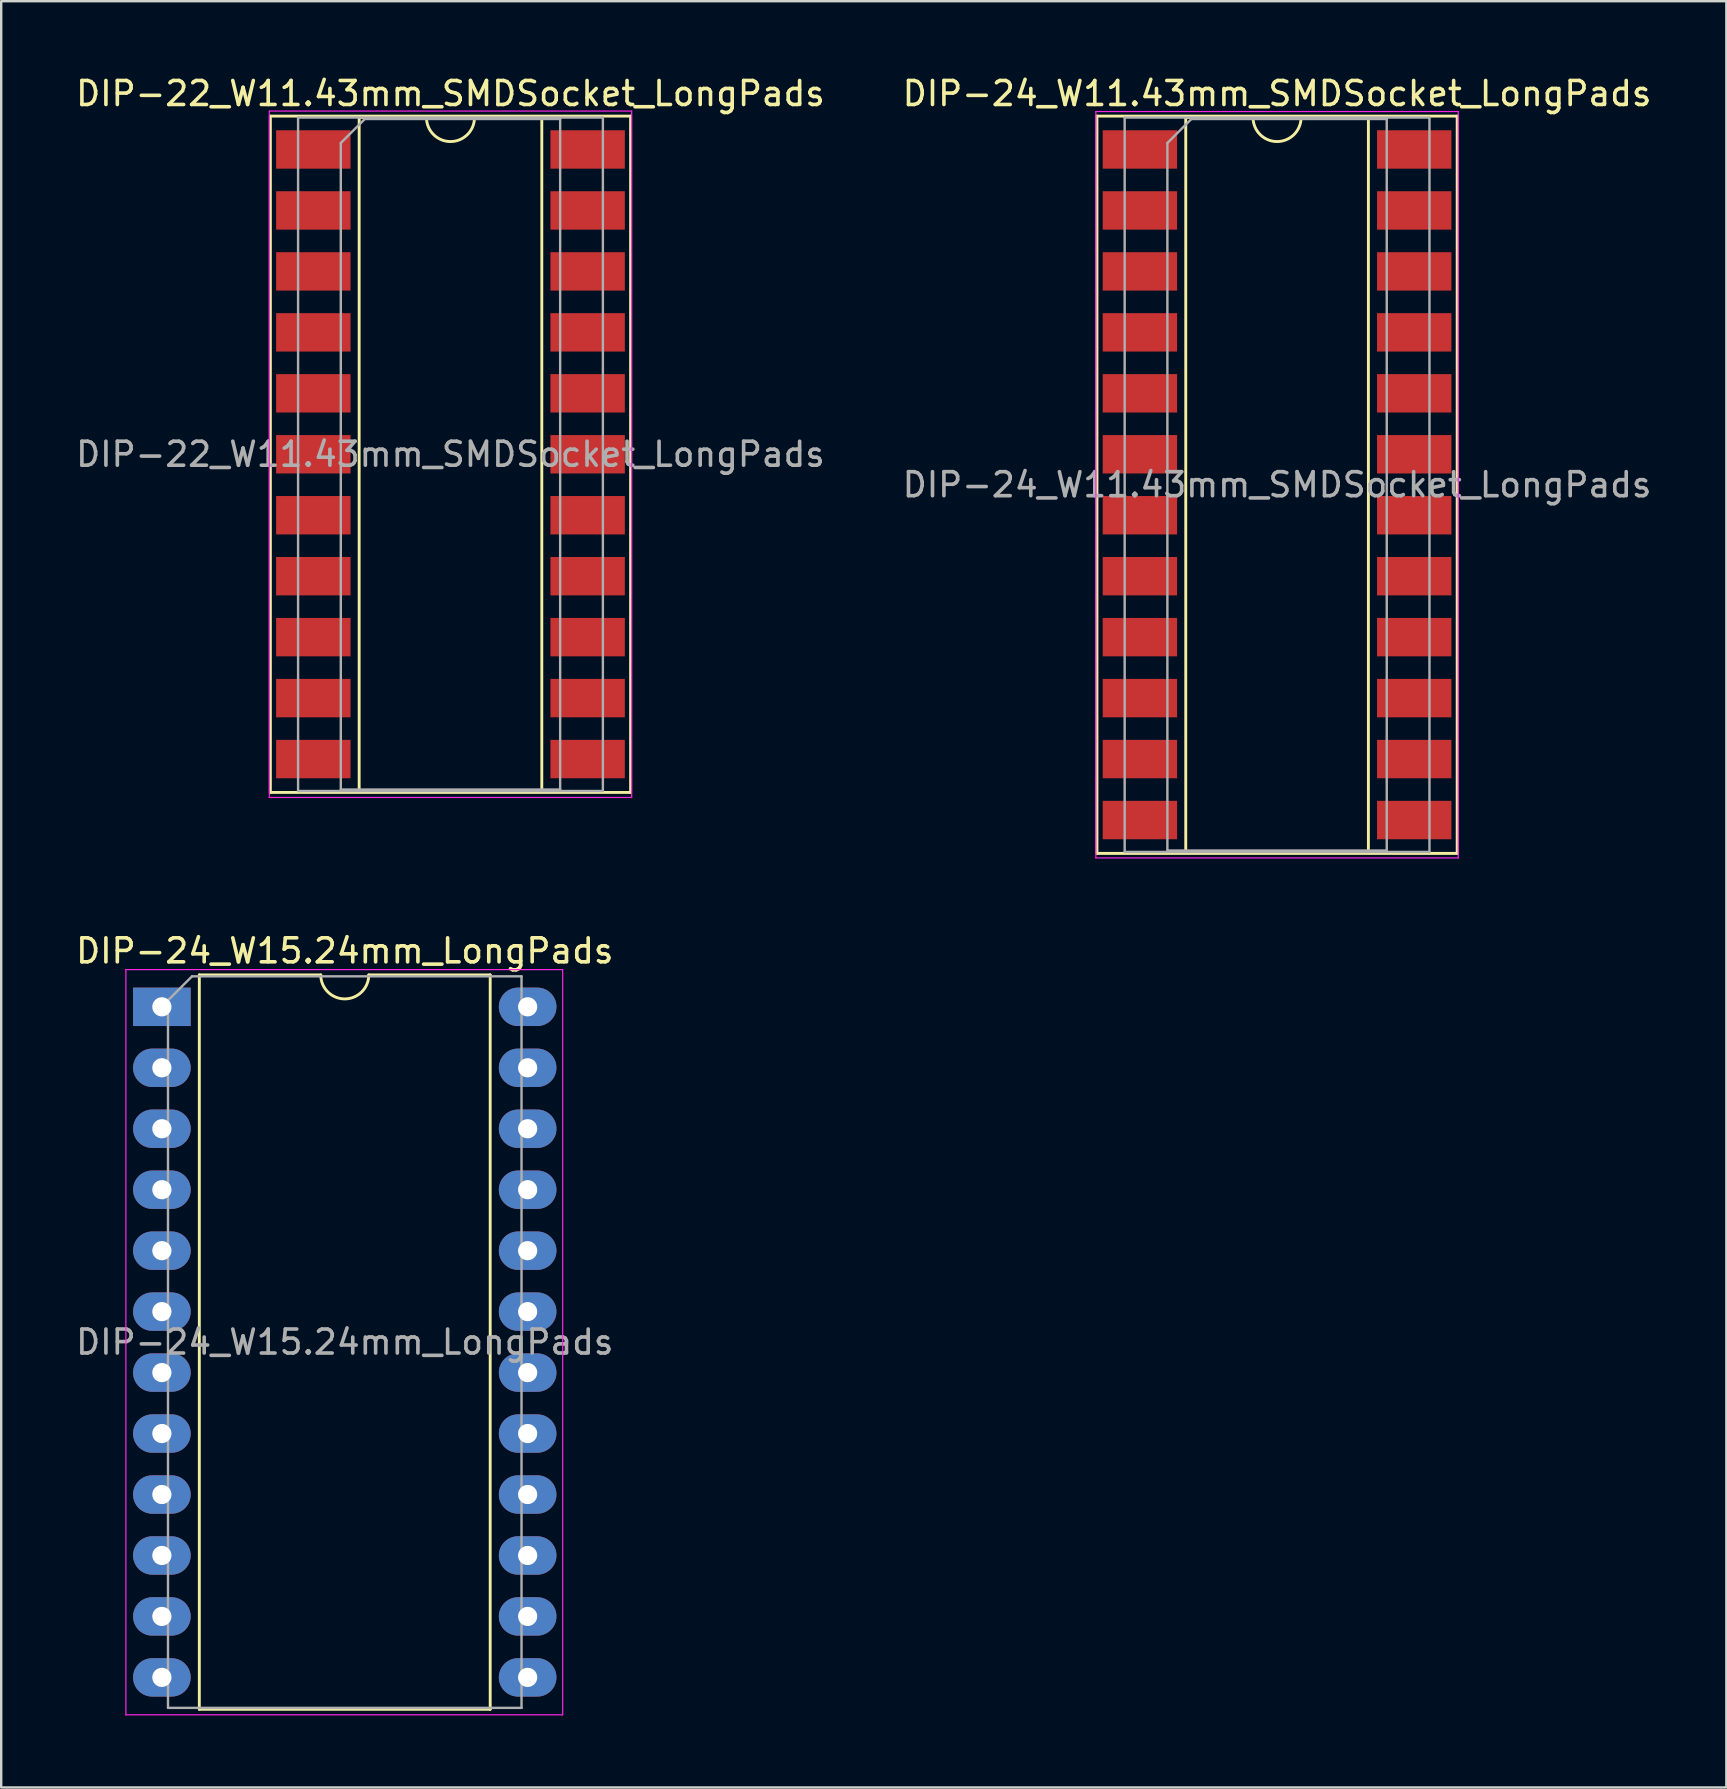
<source format=kicad_pcb>
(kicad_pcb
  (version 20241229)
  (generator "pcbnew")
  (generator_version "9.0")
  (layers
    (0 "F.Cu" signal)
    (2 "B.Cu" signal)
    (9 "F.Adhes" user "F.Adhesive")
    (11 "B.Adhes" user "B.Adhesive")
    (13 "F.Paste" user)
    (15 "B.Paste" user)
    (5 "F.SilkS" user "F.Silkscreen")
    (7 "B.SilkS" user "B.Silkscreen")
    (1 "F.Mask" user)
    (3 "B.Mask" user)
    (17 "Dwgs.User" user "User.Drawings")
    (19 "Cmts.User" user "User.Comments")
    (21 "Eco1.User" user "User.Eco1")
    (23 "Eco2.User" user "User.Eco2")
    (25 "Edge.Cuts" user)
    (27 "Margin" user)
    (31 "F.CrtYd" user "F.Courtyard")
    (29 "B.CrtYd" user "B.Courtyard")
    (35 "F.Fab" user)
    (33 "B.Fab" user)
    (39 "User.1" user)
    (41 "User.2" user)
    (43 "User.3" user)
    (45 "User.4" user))
  (footprint "DIP-24_W15.24mm_LongPads"
    (layer "F.Cu")
    (at 3.695 38.901)
    (property "Reference" "DIP-24_W15.24mm_LongPads" (at 7.62 -2.33 0) (layer "F.SilkS") (effects (font (size 1 1) (thickness 0.15))))
    (attr through_hole)
    (fp_line (start 1.56 -1.33) (end 1.56 29.27) (stroke (width 0.12) (type solid)) (layer "F.SilkS"))
    (fp_line (start 1.56 29.27) (end 13.68 29.27) (stroke (width 0.12) (type solid)) (layer "F.SilkS"))
    (fp_line (start 6.62 -1.33) (end 1.56 -1.33) (stroke (width 0.12) (type solid)) (layer "F.SilkS"))
    (fp_line (start 13.68 -1.33) (end 8.62 -1.33) (stroke (width 0.12) (type solid)) (layer "F.SilkS"))
    (fp_line (start 13.68 29.27) (end 13.68 -1.33) (stroke (width 0.12) (type solid)) (layer "F.SilkS"))
    (fp_arc (start 8.62 -1.33) (mid 7.62 -0.33) (end 6.62 -1.33) (stroke (width 0.12) (type solid)) (layer "F.SilkS"))
    (fp_line (start -1.5 -1.55) (end -1.5 29.5) (stroke (width 0.05) (type solid)) (layer "F.CrtYd"))
    (fp_line (start -1.5 29.5) (end 16.7 29.5) (stroke (width 0.05) (type solid)) (layer "F.CrtYd"))
    (fp_line (start 16.7 -1.55) (end -1.5 -1.55) (stroke (width 0.05) (type solid)) (layer "F.CrtYd"))
    (fp_line (start 16.7 29.5) (end 16.7 -1.55) (stroke (width 0.05) (type solid)) (layer "F.CrtYd"))
    (fp_line (start 0.255 -0.27) (end 1.255 -1.27) (stroke (width 0.1) (type solid)) (layer "F.Fab"))
    (fp_line (start 0.255 29.21) (end 0.255 -0.27) (stroke (width 0.1) (type solid)) (layer "F.Fab"))
    (fp_line (start 1.255 -1.27) (end 14.985 -1.27) (stroke (width 0.1) (type solid)) (layer "F.Fab"))
    (fp_line (start 14.985 -1.27) (end 14.985 29.21) (stroke (width 0.1) (type solid)) (layer "F.Fab"))
    (fp_line (start 14.985 29.21) (end 0.255 29.21) (stroke (width 0.1) (type solid)) (layer "F.Fab"))
    (fp_text user "${REFERENCE}" (at 7.62 13.97 0) (layer "F.Fab") (effects (font (size 1 1) (thickness 0.15))))
    (pad "1" thru_hole rect (at 0 0) (size 2.4 1.6) (drill 0.8) (layers "*.Cu" "*.Mask"))
    (pad "2" thru_hole oval (at 0 2.54) (size 2.4 1.6) (drill 0.8) (layers "*.Cu" "*.Mask"))
    (pad "3" thru_hole oval (at 0 5.08) (size 2.4 1.6) (drill 0.8) (layers "*.Cu" "*.Mask"))
    (pad "4" thru_hole oval (at 0 7.62) (size 2.4 1.6) (drill 0.8) (layers "*.Cu" "*.Mask"))
    (pad "5" thru_hole oval (at 0 10.16) (size 2.4 1.6) (drill 0.8) (layers "*.Cu" "*.Mask"))
    (pad "6" thru_hole oval (at 0 12.7) (size 2.4 1.6) (drill 0.8) (layers "*.Cu" "*.Mask"))
    (pad "7" thru_hole oval (at 0 15.24) (size 2.4 1.6) (drill 0.8) (layers "*.Cu" "*.Mask"))
    (pad "8" thru_hole oval (at 0 17.78) (size 2.4 1.6) (drill 0.8) (layers "*.Cu" "*.Mask"))
    (pad "9" thru_hole oval (at 0 20.32) (size 2.4 1.6) (drill 0.8) (layers "*.Cu" "*.Mask"))
    (pad "10" thru_hole oval (at 0 22.86) (size 2.4 1.6) (drill 0.8) (layers "*.Cu" "*.Mask"))
    (pad "11" thru_hole oval (at 0 25.4) (size 2.4 1.6) (drill 0.8) (layers "*.Cu" "*.Mask"))
    (pad "12" thru_hole oval (at 0 27.94) (size 2.4 1.6) (drill 0.8) (layers "*.Cu" "*.Mask"))
    (pad "13" thru_hole oval (at 15.24 27.94) (size 2.4 1.6) (drill 0.8) (layers "*.Cu" "*.Mask"))
    (pad "14" thru_hole oval (at 15.24 25.4) (size 2.4 1.6) (drill 0.8) (layers "*.Cu" "*.Mask"))
    (pad "15" thru_hole oval (at 15.24 22.86) (size 2.4 1.6) (drill 0.8) (layers "*.Cu" "*.Mask"))
    (pad "16" thru_hole oval (at 15.24 20.32) (size 2.4 1.6) (drill 0.8) (layers "*.Cu" "*.Mask"))
    (pad "17" thru_hole oval (at 15.24 17.78) (size 2.4 1.6) (drill 0.8) (layers "*.Cu" "*.Mask"))
    (pad "18" thru_hole oval (at 15.24 15.24) (size 2.4 1.6) (drill 0.8) (layers "*.Cu" "*.Mask"))
    (pad "19" thru_hole oval (at 15.24 12.7) (size 2.4 1.6) (drill 0.8) (layers "*.Cu" "*.Mask"))
    (pad "20" thru_hole oval (at 15.24 10.16) (size 2.4 1.6) (drill 0.8) (layers "*.Cu" "*.Mask"))
    (pad "21" thru_hole oval (at 15.24 7.62) (size 2.4 1.6) (drill 0.8) (layers "*.Cu" "*.Mask"))
    (pad "22" thru_hole oval (at 15.24 5.08) (size 2.4 1.6) (drill 0.8) (layers "*.Cu" "*.Mask"))
    (pad "23" thru_hole oval (at 15.24 2.54) (size 2.4 1.6) (drill 0.8) (layers "*.Cu" "*.Mask"))
    (pad "24" thru_hole oval (at 15.24 0) (size 2.4 1.6) (drill 0.8) (layers "*.Cu" "*.Mask")))
  (footprint "DIP-22_W11.43mm_SMDSocket_LongPads"
    (layer "F.Cu")
    (at 15.72 15.878)
    (property "Reference" "DIP-22_W11.43mm_SMDSocket_LongPads" (at 0 -15.03 0) (layer "F.SilkS") (effects (font (size 1 1) (thickness 0.15))))
    (attr smd)
    (fp_line (start -7.505 -14.09) (end -7.505 14.09) (stroke (width 0.12) (type solid)) (layer "F.SilkS"))
    (fp_line (start -7.505 14.09) (end 7.505 14.09) (stroke (width 0.12) (type solid)) (layer "F.SilkS"))
    (fp_line (start -3.805 -14.03) (end -3.805 14.03) (stroke (width 0.12) (type solid)) (layer "F.SilkS"))
    (fp_line (start -3.805 14.03) (end 3.805 14.03) (stroke (width 0.12) (type solid)) (layer "F.SilkS"))
    (fp_line (start -1 -14.03) (end -3.805 -14.03) (stroke (width 0.12) (type solid)) (layer "F.SilkS"))
    (fp_line (start 3.805 -14.03) (end 1 -14.03) (stroke (width 0.12) (type solid)) (layer "F.SilkS"))
    (fp_line (start 3.805 14.03) (end 3.805 -14.03) (stroke (width 0.12) (type solid)) (layer "F.SilkS"))
    (fp_line (start 7.505 -14.09) (end -7.505 -14.09) (stroke (width 0.12) (type solid)) (layer "F.SilkS"))
    (fp_line (start 7.505 14.09) (end 7.505 -14.09) (stroke (width 0.12) (type solid)) (layer "F.SilkS"))
    (fp_arc (start 1 -14.03) (mid 0 -13.03) (end -1 -14.03) (stroke (width 0.12) (type solid)) (layer "F.SilkS"))
    (fp_line (start -7.55 -14.3) (end -7.55 14.3) (stroke (width 0.05) (type solid)) (layer "F.CrtYd"))
    (fp_line (start -7.55 14.3) (end 7.55 14.3) (stroke (width 0.05) (type solid)) (layer "F.CrtYd"))
    (fp_line (start 7.55 -14.3) (end -7.55 -14.3) (stroke (width 0.05) (type solid)) (layer "F.CrtYd"))
    (fp_line (start 7.55 14.3) (end 7.55 -14.3) (stroke (width 0.05) (type solid)) (layer "F.CrtYd"))
    (fp_line (start -6.35 -14.03) (end -6.35 14.03) (stroke (width 0.1) (type solid)) (layer "F.Fab"))
    (fp_line (start -6.35 14.03) (end 6.35 14.03) (stroke (width 0.1) (type solid)) (layer "F.Fab"))
    (fp_line (start -4.57 -12.97) (end -3.57 -13.97) (stroke (width 0.1) (type solid)) (layer "F.Fab"))
    (fp_line (start -4.57 13.97) (end -4.57 -12.97) (stroke (width 0.1) (type solid)) (layer "F.Fab"))
    (fp_line (start -3.57 -13.97) (end 4.57 -13.97) (stroke (width 0.1) (type solid)) (layer "F.Fab"))
    (fp_line (start 4.57 -13.97) (end 4.57 13.97) (stroke (width 0.1) (type solid)) (layer "F.Fab"))
    (fp_line (start 4.57 13.97) (end -4.57 13.97) (stroke (width 0.1) (type solid)) (layer "F.Fab"))
    (fp_line (start 6.35 -14.03) (end -6.35 -14.03) (stroke (width 0.1) (type solid)) (layer "F.Fab"))
    (fp_line (start 6.35 14.03) (end 6.35 -14.03) (stroke (width 0.1) (type solid)) (layer "F.Fab"))
    (fp_text user "${REFERENCE}" (at 0 0 0) (layer "F.Fab") (effects (font (size 1 1) (thickness 0.15))))
    (pad "1" smd rect (at -5.715 -12.7) (size 3.1 1.6) (layers "F.Cu" "F.Mask" "F.Paste"))
    (pad "2" smd rect (at -5.715 -10.16) (size 3.1 1.6) (layers "F.Cu" "F.Mask" "F.Paste"))
    (pad "3" smd rect (at -5.715 -7.62) (size 3.1 1.6) (layers "F.Cu" "F.Mask" "F.Paste"))
    (pad "4" smd rect (at -5.715 -5.08) (size 3.1 1.6) (layers "F.Cu" "F.Mask" "F.Paste"))
    (pad "5" smd rect (at -5.715 -2.54) (size 3.1 1.6) (layers "F.Cu" "F.Mask" "F.Paste"))
    (pad "6" smd rect (at -5.715 0) (size 3.1 1.6) (layers "F.Cu" "F.Mask" "F.Paste"))
    (pad "7" smd rect (at -5.715 2.54) (size 3.1 1.6) (layers "F.Cu" "F.Mask" "F.Paste"))
    (pad "8" smd rect (at -5.715 5.08) (size 3.1 1.6) (layers "F.Cu" "F.Mask" "F.Paste"))
    (pad "9" smd rect (at -5.715 7.62) (size 3.1 1.6) (layers "F.Cu" "F.Mask" "F.Paste"))
    (pad "10" smd rect (at -5.715 10.16) (size 3.1 1.6) (layers "F.Cu" "F.Mask" "F.Paste"))
    (pad "11" smd rect (at -5.715 12.7) (size 3.1 1.6) (layers "F.Cu" "F.Mask" "F.Paste"))
    (pad "12" smd rect (at 5.715 12.7) (size 3.1 1.6) (layers "F.Cu" "F.Mask" "F.Paste"))
    (pad "13" smd rect (at 5.715 10.16) (size 3.1 1.6) (layers "F.Cu" "F.Mask" "F.Paste"))
    (pad "14" smd rect (at 5.715 7.62) (size 3.1 1.6) (layers "F.Cu" "F.Mask" "F.Paste"))
    (pad "15" smd rect (at 5.715 5.08) (size 3.1 1.6) (layers "F.Cu" "F.Mask" "F.Paste"))
    (pad "16" smd rect (at 5.715 2.54) (size 3.1 1.6) (layers "F.Cu" "F.Mask" "F.Paste"))
    (pad "17" smd rect (at 5.715 0) (size 3.1 1.6) (layers "F.Cu" "F.Mask" "F.Paste"))
    (pad "18" smd rect (at 5.715 -2.54) (size 3.1 1.6) (layers "F.Cu" "F.Mask" "F.Paste"))
    (pad "19" smd rect (at 5.715 -5.08) (size 3.1 1.6) (layers "F.Cu" "F.Mask" "F.Paste"))
    (pad "20" smd rect (at 5.715 -7.62) (size 3.1 1.6) (layers "F.Cu" "F.Mask" "F.Paste"))
    (pad "21" smd rect (at 5.715 -10.16) (size 3.1 1.6) (layers "F.Cu" "F.Mask" "F.Paste"))
    (pad "22" smd rect (at 5.715 -12.7) (size 3.1 1.6) (layers "F.Cu" "F.Mask" "F.Paste")))
  (footprint "DIP-24_W11.43mm_SMDSocket_LongPads"
    (layer "F.Cu")
    (at 50.161 17.148)
    (property "Reference" "DIP-24_W11.43mm_SMDSocket_LongPads" (at 0 -16.3 0) (layer "F.SilkS") (effects (font (size 1 1) (thickness 0.15))))
    (attr smd)
    (fp_line (start -7.505 -15.36) (end -7.505 15.36) (stroke (width 0.12) (type solid)) (layer "F.SilkS"))
    (fp_line (start -7.505 15.36) (end 7.505 15.36) (stroke (width 0.12) (type solid)) (layer "F.SilkS"))
    (fp_line (start -3.805 -15.3) (end -3.805 15.3) (stroke (width 0.12) (type solid)) (layer "F.SilkS"))
    (fp_line (start -3.805 15.3) (end 3.805 15.3) (stroke (width 0.12) (type solid)) (layer "F.SilkS"))
    (fp_line (start -1 -15.3) (end -3.805 -15.3) (stroke (width 0.12) (type solid)) (layer "F.SilkS"))
    (fp_line (start 3.805 -15.3) (end 1 -15.3) (stroke (width 0.12) (type solid)) (layer "F.SilkS"))
    (fp_line (start 3.805 15.3) (end 3.805 -15.3) (stroke (width 0.12) (type solid)) (layer "F.SilkS"))
    (fp_line (start 7.505 -15.36) (end -7.505 -15.36) (stroke (width 0.12) (type solid)) (layer "F.SilkS"))
    (fp_line (start 7.505 15.36) (end 7.505 -15.36) (stroke (width 0.12) (type solid)) (layer "F.SilkS"))
    (fp_arc (start 1 -15.3) (mid 0 -14.3) (end -1 -15.3) (stroke (width 0.12) (type solid)) (layer "F.SilkS"))
    (fp_line (start -7.55 -15.55) (end -7.55 15.55) (stroke (width 0.05) (type solid)) (layer "F.CrtYd"))
    (fp_line (start -7.55 15.55) (end 7.55 15.55) (stroke (width 0.05) (type solid)) (layer "F.CrtYd"))
    (fp_line (start 7.55 -15.55) (end -7.55 -15.55) (stroke (width 0.05) (type solid)) (layer "F.CrtYd"))
    (fp_line (start 7.55 15.55) (end 7.55 -15.55) (stroke (width 0.05) (type solid)) (layer "F.CrtYd"))
    (fp_line (start -6.35 -15.3) (end -6.35 15.3) (stroke (width 0.1) (type solid)) (layer "F.Fab"))
    (fp_line (start -6.35 15.3) (end 6.35 15.3) (stroke (width 0.1) (type solid)) (layer "F.Fab"))
    (fp_line (start -4.57 -14.24) (end -3.57 -15.24) (stroke (width 0.1) (type solid)) (layer "F.Fab"))
    (fp_line (start -4.57 15.24) (end -4.57 -14.24) (stroke (width 0.1) (type solid)) (layer "F.Fab"))
    (fp_line (start -3.57 -15.24) (end 4.57 -15.24) (stroke (width 0.1) (type solid)) (layer "F.Fab"))
    (fp_line (start 4.57 -15.24) (end 4.57 15.24) (stroke (width 0.1) (type solid)) (layer "F.Fab"))
    (fp_line (start 4.57 15.24) (end -4.57 15.24) (stroke (width 0.1) (type solid)) (layer "F.Fab"))
    (fp_line (start 6.35 -15.3) (end -6.35 -15.3) (stroke (width 0.1) (type solid)) (layer "F.Fab"))
    (fp_line (start 6.35 15.3) (end 6.35 -15.3) (stroke (width 0.1) (type solid)) (layer "F.Fab"))
    (fp_text user "${REFERENCE}" (at 0 0 0) (layer "F.Fab") (effects (font (size 1 1) (thickness 0.15))))
    (pad "1" smd rect (at -5.715 -13.97) (size 3.1 1.6) (layers "F.Cu" "F.Mask" "F.Paste"))
    (pad "2" smd rect (at -5.715 -11.43) (size 3.1 1.6) (layers "F.Cu" "F.Mask" "F.Paste"))
    (pad "3" smd rect (at -5.715 -8.89) (size 3.1 1.6) (layers "F.Cu" "F.Mask" "F.Paste"))
    (pad "4" smd rect (at -5.715 -6.35) (size 3.1 1.6) (layers "F.Cu" "F.Mask" "F.Paste"))
    (pad "5" smd rect (at -5.715 -3.81) (size 3.1 1.6) (layers "F.Cu" "F.Mask" "F.Paste"))
    (pad "6" smd rect (at -5.715 -1.27) (size 3.1 1.6) (layers "F.Cu" "F.Mask" "F.Paste"))
    (pad "7" smd rect (at -5.715 1.27) (size 3.1 1.6) (layers "F.Cu" "F.Mask" "F.Paste"))
    (pad "8" smd rect (at -5.715 3.81) (size 3.1 1.6) (layers "F.Cu" "F.Mask" "F.Paste"))
    (pad "9" smd rect (at -5.715 6.35) (size 3.1 1.6) (layers "F.Cu" "F.Mask" "F.Paste"))
    (pad "10" smd rect (at -5.715 8.89) (size 3.1 1.6) (layers "F.Cu" "F.Mask" "F.Paste"))
    (pad "11" smd rect (at -5.715 11.43) (size 3.1 1.6) (layers "F.Cu" "F.Mask" "F.Paste"))
    (pad "12" smd rect (at -5.715 13.97) (size 3.1 1.6) (layers "F.Cu" "F.Mask" "F.Paste"))
    (pad "13" smd rect (at 5.715 13.97) (size 3.1 1.6) (layers "F.Cu" "F.Mask" "F.Paste"))
    (pad "14" smd rect (at 5.715 11.43) (size 3.1 1.6) (layers "F.Cu" "F.Mask" "F.Paste"))
    (pad "15" smd rect (at 5.715 8.89) (size 3.1 1.6) (layers "F.Cu" "F.Mask" "F.Paste"))
    (pad "16" smd rect (at 5.715 6.35) (size 3.1 1.6) (layers "F.Cu" "F.Mask" "F.Paste"))
    (pad "17" smd rect (at 5.715 3.81) (size 3.1 1.6) (layers "F.Cu" "F.Mask" "F.Paste"))
    (pad "18" smd rect (at 5.715 1.27) (size 3.1 1.6) (layers "F.Cu" "F.Mask" "F.Paste"))
    (pad "19" smd rect (at 5.715 -1.27) (size 3.1 1.6) (layers "F.Cu" "F.Mask" "F.Paste"))
    (pad "20" smd rect (at 5.715 -3.81) (size 3.1 1.6) (layers "F.Cu" "F.Mask" "F.Paste"))
    (pad "21" smd rect (at 5.715 -6.35) (size 3.1 1.6) (layers "F.Cu" "F.Mask" "F.Paste"))
    (pad "22" smd rect (at 5.715 -8.89) (size 3.1 1.6) (layers "F.Cu" "F.Mask" "F.Paste"))
    (pad "23" smd rect (at 5.715 -11.43) (size 3.1 1.6) (layers "F.Cu" "F.Mask" "F.Paste"))
    (pad "24" smd rect (at 5.715 -13.97) (size 3.1 1.6) (layers "F.Cu" "F.Mask" "F.Paste")))
  (gr_rect
    (start -3 -3)
    (end 68.881 71.427)
    (stroke (width 0.1) (type default))
    (fill no)
    (layer "Edge.Cuts")))
</source>
